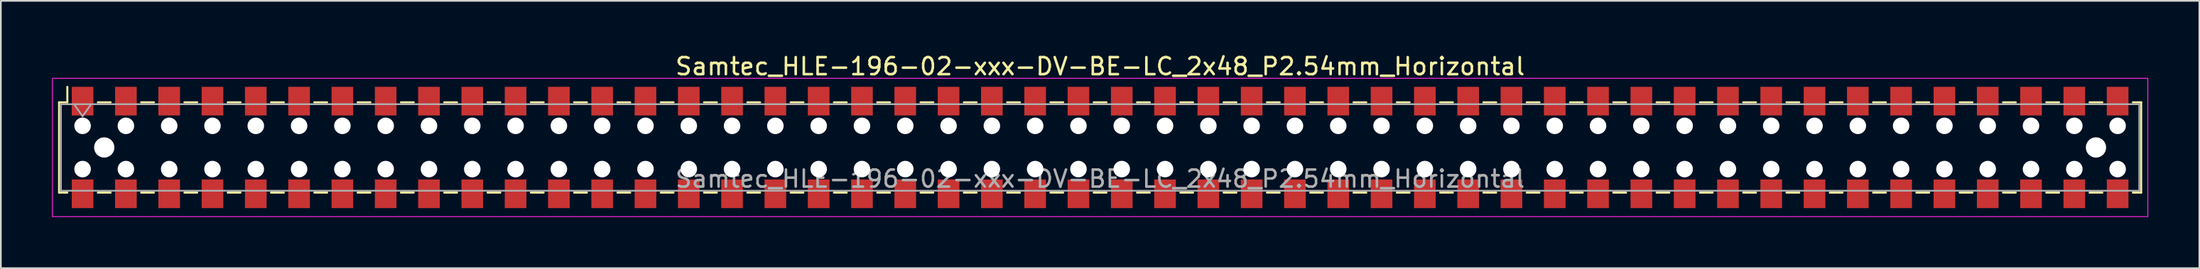
<source format=kicad_pcb>
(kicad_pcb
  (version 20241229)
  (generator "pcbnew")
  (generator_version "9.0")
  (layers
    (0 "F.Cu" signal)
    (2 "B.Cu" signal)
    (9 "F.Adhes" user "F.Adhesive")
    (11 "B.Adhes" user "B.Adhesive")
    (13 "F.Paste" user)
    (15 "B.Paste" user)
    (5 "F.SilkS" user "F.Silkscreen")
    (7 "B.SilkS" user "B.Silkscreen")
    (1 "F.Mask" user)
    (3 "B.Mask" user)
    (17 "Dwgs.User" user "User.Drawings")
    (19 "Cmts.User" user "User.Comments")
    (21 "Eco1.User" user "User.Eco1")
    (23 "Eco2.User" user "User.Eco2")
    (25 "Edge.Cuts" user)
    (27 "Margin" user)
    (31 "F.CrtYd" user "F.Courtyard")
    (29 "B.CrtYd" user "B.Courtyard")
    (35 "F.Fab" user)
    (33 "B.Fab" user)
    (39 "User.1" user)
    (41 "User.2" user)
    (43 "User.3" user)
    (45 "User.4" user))
  (footprint "Samtec_HLE-196-02-xxx-DV-BE-LC_2x48_P2.54mm_Horizontal"
    (layer "F.Cu")
    (at 61.485 5.608)
    (property "Reference" "Samtec_HLE-196-02-xxx-DV-BE-LC_2x48_P2.54mm_Horizontal" (at 0 -4.76 0) (layer "F.SilkS") (effects (font (size 1 1) (thickness 0.15))))
    (attr smd)
    (fp_line (start -61.07 -2.65) (end -61.07 2.65) (stroke (width 0.12) (type solid)) (layer "F.SilkS"))
    (fp_line (start -61.07 2.65) (end -60.585 2.65) (stroke (width 0.12) (type solid)) (layer "F.SilkS"))
    (fp_line (start -60.585 -3.56) (end -60.585 -2.65) (stroke (width 0.12) (type solid)) (layer "F.SilkS"))
    (fp_line (start -60.585 -2.65) (end -61.07 -2.65) (stroke (width 0.12) (type solid)) (layer "F.SilkS"))
    (fp_line (start -58.795 -2.65) (end -58.045 -2.65) (stroke (width 0.12) (type solid)) (layer "F.SilkS"))
    (fp_line (start -58.795 2.65) (end -58.045 2.65) (stroke (width 0.12) (type solid)) (layer "F.SilkS"))
    (fp_line (start -56.255 -2.65) (end -55.505 -2.65) (stroke (width 0.12) (type solid)) (layer "F.SilkS"))
    (fp_line (start -56.255 2.65) (end -55.505 2.65) (stroke (width 0.12) (type solid)) (layer "F.SilkS"))
    (fp_line (start -53.715 -2.65) (end -52.965 -2.65) (stroke (width 0.12) (type solid)) (layer "F.SilkS"))
    (fp_line (start -53.715 2.65) (end -52.965 2.65) (stroke (width 0.12) (type solid)) (layer "F.SilkS"))
    (fp_line (start -51.175 -2.65) (end -50.425 -2.65) (stroke (width 0.12) (type solid)) (layer "F.SilkS"))
    (fp_line (start -51.175 2.65) (end -50.425 2.65) (stroke (width 0.12) (type solid)) (layer "F.SilkS"))
    (fp_line (start -48.635 -2.65) (end -47.885 -2.65) (stroke (width 0.12) (type solid)) (layer "F.SilkS"))
    (fp_line (start -48.635 2.65) (end -47.885 2.65) (stroke (width 0.12) (type solid)) (layer "F.SilkS"))
    (fp_line (start -46.095 -2.65) (end -45.345 -2.65) (stroke (width 0.12) (type solid)) (layer "F.SilkS"))
    (fp_line (start -46.095 2.65) (end -45.345 2.65) (stroke (width 0.12) (type solid)) (layer "F.SilkS"))
    (fp_line (start -43.555 -2.65) (end -42.805 -2.65) (stroke (width 0.12) (type solid)) (layer "F.SilkS"))
    (fp_line (start -43.555 2.65) (end -42.805 2.65) (stroke (width 0.12) (type solid)) (layer "F.SilkS"))
    (fp_line (start -41.015 -2.65) (end -40.265 -2.65) (stroke (width 0.12) (type solid)) (layer "F.SilkS"))
    (fp_line (start -41.015 2.65) (end -40.265 2.65) (stroke (width 0.12) (type solid)) (layer "F.SilkS"))
    (fp_line (start -38.475 -2.65) (end -37.725 -2.65) (stroke (width 0.12) (type solid)) (layer "F.SilkS"))
    (fp_line (start -38.475 2.65) (end -37.725 2.65) (stroke (width 0.12) (type solid)) (layer "F.SilkS"))
    (fp_line (start -35.935 -2.65) (end -35.185 -2.65) (stroke (width 0.12) (type solid)) (layer "F.SilkS"))
    (fp_line (start -35.935 2.65) (end -35.185 2.65) (stroke (width 0.12) (type solid)) (layer "F.SilkS"))
    (fp_line (start -33.395 -2.65) (end -32.645 -2.65) (stroke (width 0.12) (type solid)) (layer "F.SilkS"))
    (fp_line (start -33.395 2.65) (end -32.645 2.65) (stroke (width 0.12) (type solid)) (layer "F.SilkS"))
    (fp_line (start -30.855 -2.65) (end -30.105 -2.65) (stroke (width 0.12) (type solid)) (layer "F.SilkS"))
    (fp_line (start -30.855 2.65) (end -30.105 2.65) (stroke (width 0.12) (type solid)) (layer "F.SilkS"))
    (fp_line (start -28.315 -2.65) (end -27.565 -2.65) (stroke (width 0.12) (type solid)) (layer "F.SilkS"))
    (fp_line (start -28.315 2.65) (end -27.565 2.65) (stroke (width 0.12) (type solid)) (layer "F.SilkS"))
    (fp_line (start -25.775 -2.65) (end -25.025 -2.65) (stroke (width 0.12) (type solid)) (layer "F.SilkS"))
    (fp_line (start -25.775 2.65) (end -25.025 2.65) (stroke (width 0.12) (type solid)) (layer "F.SilkS"))
    (fp_line (start -23.235 -2.65) (end -22.485 -2.65) (stroke (width 0.12) (type solid)) (layer "F.SilkS"))
    (fp_line (start -23.235 2.65) (end -22.485 2.65) (stroke (width 0.12) (type solid)) (layer "F.SilkS"))
    (fp_line (start -20.695 -2.65) (end -19.945 -2.65) (stroke (width 0.12) (type solid)) (layer "F.SilkS"))
    (fp_line (start -20.695 2.65) (end -19.945 2.65) (stroke (width 0.12) (type solid)) (layer "F.SilkS"))
    (fp_line (start -18.155 -2.65) (end -17.405 -2.65) (stroke (width 0.12) (type solid)) (layer "F.SilkS"))
    (fp_line (start -18.155 2.65) (end -17.405 2.65) (stroke (width 0.12) (type solid)) (layer "F.SilkS"))
    (fp_line (start -15.615 -2.65) (end -14.865 -2.65) (stroke (width 0.12) (type solid)) (layer "F.SilkS"))
    (fp_line (start -15.615 2.65) (end -14.865 2.65) (stroke (width 0.12) (type solid)) (layer "F.SilkS"))
    (fp_line (start -13.075 -2.65) (end -12.325 -2.65) (stroke (width 0.12) (type solid)) (layer "F.SilkS"))
    (fp_line (start -13.075 2.65) (end -12.325 2.65) (stroke (width 0.12) (type solid)) (layer "F.SilkS"))
    (fp_line (start -10.535 -2.65) (end -9.785 -2.65) (stroke (width 0.12) (type solid)) (layer "F.SilkS"))
    (fp_line (start -10.535 2.65) (end -9.785 2.65) (stroke (width 0.12) (type solid)) (layer "F.SilkS"))
    (fp_line (start -7.995 -2.65) (end -7.245 -2.65) (stroke (width 0.12) (type solid)) (layer "F.SilkS"))
    (fp_line (start -7.995 2.65) (end -7.245 2.65) (stroke (width 0.12) (type solid)) (layer "F.SilkS"))
    (fp_line (start -5.455 -2.65) (end -4.705 -2.65) (stroke (width 0.12) (type solid)) (layer "F.SilkS"))
    (fp_line (start -5.455 2.65) (end -4.705 2.65) (stroke (width 0.12) (type solid)) (layer "F.SilkS"))
    (fp_line (start -2.915 -2.65) (end -2.165 -2.65) (stroke (width 0.12) (type solid)) (layer "F.SilkS"))
    (fp_line (start -2.915 2.65) (end -2.165 2.65) (stroke (width 0.12) (type solid)) (layer "F.SilkS"))
    (fp_line (start -0.375 -2.65) (end 0.375 -2.65) (stroke (width 0.12) (type solid)) (layer "F.SilkS"))
    (fp_line (start -0.375 2.65) (end 0.375 2.65) (stroke (width 0.12) (type solid)) (layer "F.SilkS"))
    (fp_line (start 2.165 -2.65) (end 2.915 -2.65) (stroke (width 0.12) (type solid)) (layer "F.SilkS"))
    (fp_line (start 2.165 2.65) (end 2.915 2.65) (stroke (width 0.12) (type solid)) (layer "F.SilkS"))
    (fp_line (start 4.705 -2.65) (end 5.455 -2.65) (stroke (width 0.12) (type solid)) (layer "F.SilkS"))
    (fp_line (start 4.705 2.65) (end 5.455 2.65) (stroke (width 0.12) (type solid)) (layer "F.SilkS"))
    (fp_line (start 7.245 -2.65) (end 7.995 -2.65) (stroke (width 0.12) (type solid)) (layer "F.SilkS"))
    (fp_line (start 7.245 2.65) (end 7.995 2.65) (stroke (width 0.12) (type solid)) (layer "F.SilkS"))
    (fp_line (start 9.785 -2.65) (end 10.535 -2.65) (stroke (width 0.12) (type solid)) (layer "F.SilkS"))
    (fp_line (start 9.785 2.65) (end 10.535 2.65) (stroke (width 0.12) (type solid)) (layer "F.SilkS"))
    (fp_line (start 12.325 -2.65) (end 13.075 -2.65) (stroke (width 0.12) (type solid)) (layer "F.SilkS"))
    (fp_line (start 12.325 2.65) (end 13.075 2.65) (stroke (width 0.12) (type solid)) (layer "F.SilkS"))
    (fp_line (start 14.865 -2.65) (end 15.615 -2.65) (stroke (width 0.12) (type solid)) (layer "F.SilkS"))
    (fp_line (start 14.865 2.65) (end 15.615 2.65) (stroke (width 0.12) (type solid)) (layer "F.SilkS"))
    (fp_line (start 17.405 -2.65) (end 18.155 -2.65) (stroke (width 0.12) (type solid)) (layer "F.SilkS"))
    (fp_line (start 17.405 2.65) (end 18.155 2.65) (stroke (width 0.12) (type solid)) (layer "F.SilkS"))
    (fp_line (start 19.945 -2.65) (end 20.695 -2.65) (stroke (width 0.12) (type solid)) (layer "F.SilkS"))
    (fp_line (start 19.945 2.65) (end 20.695 2.65) (stroke (width 0.12) (type solid)) (layer "F.SilkS"))
    (fp_line (start 22.485 -2.65) (end 23.235 -2.65) (stroke (width 0.12) (type solid)) (layer "F.SilkS"))
    (fp_line (start 22.485 2.65) (end 23.235 2.65) (stroke (width 0.12) (type solid)) (layer "F.SilkS"))
    (fp_line (start 25.025 -2.65) (end 25.775 -2.65) (stroke (width 0.12) (type solid)) (layer "F.SilkS"))
    (fp_line (start 25.025 2.65) (end 25.775 2.65) (stroke (width 0.12) (type solid)) (layer "F.SilkS"))
    (fp_line (start 27.565 -2.65) (end 28.315 -2.65) (stroke (width 0.12) (type solid)) (layer "F.SilkS"))
    (fp_line (start 27.565 2.65) (end 28.315 2.65) (stroke (width 0.12) (type solid)) (layer "F.SilkS"))
    (fp_line (start 30.105 -2.65) (end 30.855 -2.65) (stroke (width 0.12) (type solid)) (layer "F.SilkS"))
    (fp_line (start 30.105 2.65) (end 30.855 2.65) (stroke (width 0.12) (type solid)) (layer "F.SilkS"))
    (fp_line (start 32.645 -2.65) (end 33.395 -2.65) (stroke (width 0.12) (type solid)) (layer "F.SilkS"))
    (fp_line (start 32.645 2.65) (end 33.395 2.65) (stroke (width 0.12) (type solid)) (layer "F.SilkS"))
    (fp_line (start 35.185 -2.65) (end 35.935 -2.65) (stroke (width 0.12) (type solid)) (layer "F.SilkS"))
    (fp_line (start 35.185 2.65) (end 35.935 2.65) (stroke (width 0.12) (type solid)) (layer "F.SilkS"))
    (fp_line (start 37.725 -2.65) (end 38.475 -2.65) (stroke (width 0.12) (type solid)) (layer "F.SilkS"))
    (fp_line (start 37.725 2.65) (end 38.475 2.65) (stroke (width 0.12) (type solid)) (layer "F.SilkS"))
    (fp_line (start 40.265 -2.65) (end 41.015 -2.65) (stroke (width 0.12) (type solid)) (layer "F.SilkS"))
    (fp_line (start 40.265 2.65) (end 41.015 2.65) (stroke (width 0.12) (type solid)) (layer "F.SilkS"))
    (fp_line (start 42.805 -2.65) (end 43.555 -2.65) (stroke (width 0.12) (type solid)) (layer "F.SilkS"))
    (fp_line (start 42.805 2.65) (end 43.555 2.65) (stroke (width 0.12) (type solid)) (layer "F.SilkS"))
    (fp_line (start 45.345 -2.65) (end 46.095 -2.65) (stroke (width 0.12) (type solid)) (layer "F.SilkS"))
    (fp_line (start 45.345 2.65) (end 46.095 2.65) (stroke (width 0.12) (type solid)) (layer "F.SilkS"))
    (fp_line (start 47.885 -2.65) (end 48.635 -2.65) (stroke (width 0.12) (type solid)) (layer "F.SilkS"))
    (fp_line (start 47.885 2.65) (end 48.635 2.65) (stroke (width 0.12) (type solid)) (layer "F.SilkS"))
    (fp_line (start 50.425 -2.65) (end 51.175 -2.65) (stroke (width 0.12) (type solid)) (layer "F.SilkS"))
    (fp_line (start 50.425 2.65) (end 51.175 2.65) (stroke (width 0.12) (type solid)) (layer "F.SilkS"))
    (fp_line (start 52.965 -2.65) (end 53.715 -2.65) (stroke (width 0.12) (type solid)) (layer "F.SilkS"))
    (fp_line (start 52.965 2.65) (end 53.715 2.65) (stroke (width 0.12) (type solid)) (layer "F.SilkS"))
    (fp_line (start 55.505 -2.65) (end 56.255 -2.65) (stroke (width 0.12) (type solid)) (layer "F.SilkS"))
    (fp_line (start 55.505 2.65) (end 56.255 2.65) (stroke (width 0.12) (type solid)) (layer "F.SilkS"))
    (fp_line (start 58.045 -2.65) (end 58.795 -2.65) (stroke (width 0.12) (type solid)) (layer "F.SilkS"))
    (fp_line (start 58.045 2.65) (end 58.795 2.65) (stroke (width 0.12) (type solid)) (layer "F.SilkS"))
    (fp_line (start 60.585 -2.65) (end 61.07 -2.65) (stroke (width 0.12) (type solid)) (layer "F.SilkS"))
    (fp_line (start 61.07 -2.65) (end 61.07 2.65) (stroke (width 0.12) (type solid)) (layer "F.SilkS"))
    (fp_line (start 61.07 2.65) (end 60.585 2.65) (stroke (width 0.12) (type solid)) (layer "F.SilkS"))
    (fp_line (start -61.46 -4.06) (end 61.46 -4.06) (stroke (width 0.05) (type solid)) (layer "F.CrtYd"))
    (fp_line (start -61.46 4.06) (end -61.46 -4.06) (stroke (width 0.05) (type solid)) (layer "F.CrtYd"))
    (fp_line (start 61.46 -4.06) (end 61.46 4.06) (stroke (width 0.05) (type solid)) (layer "F.CrtYd"))
    (fp_line (start 61.46 4.06) (end -61.46 4.06) (stroke (width 0.05) (type solid)) (layer "F.CrtYd"))
    (fp_line (start -60.96 -2.54) (end 60.96 -2.54) (stroke (width 0.1) (type solid)) (layer "F.Fab"))
    (fp_line (start -60.96 2.54) (end -60.96 -2.54) (stroke (width 0.1) (type solid)) (layer "F.Fab"))
    (fp_line (start -60.19 -2.54) (end -59.69 -1.833) (stroke (width 0.1) (type solid)) (layer "F.Fab"))
    (fp_line (start -59.69 -1.833) (end -59.19 -2.54) (stroke (width 0.1) (type solid)) (layer "F.Fab"))
    (fp_line (start 60.96 -2.54) (end 60.96 2.54) (stroke (width 0.1) (type solid)) (layer "F.Fab"))
    (fp_line (start 60.96 2.54) (end -60.96 2.54) (stroke (width 0.1) (type solid)) (layer "F.Fab"))
    (fp_text user "${REFERENCE}" (at 0 1.84 0) (layer "F.Fab") (effects (font (size 1 1) (thickness 0.15))))
    (pad "" np_thru_hole circle (at -59.69 -1.27) (size 0.97 0.97) (drill 0.97) (layers "*.Cu" "*.Mask"))
    (pad "" np_thru_hole circle (at -59.69 1.27) (size 0.97 0.97) (drill 0.97) (layers "*.Cu" "*.Mask"))
    (pad "" np_thru_hole circle (at -58.42 0) (size 1.19 1.19) (drill 1.19) (layers "*.Cu" "*.Mask"))
    (pad "" np_thru_hole circle (at -57.15 -1.27) (size 0.97 0.97) (drill 0.97) (layers "*.Cu" "*.Mask"))
    (pad "" np_thru_hole circle (at -57.15 1.27) (size 0.97 0.97) (drill 0.97) (layers "*.Cu" "*.Mask"))
    (pad "" np_thru_hole circle (at -54.61 -1.27) (size 0.97 0.97) (drill 0.97) (layers "*.Cu" "*.Mask"))
    (pad "" np_thru_hole circle (at -54.61 1.27) (size 0.97 0.97) (drill 0.97) (layers "*.Cu" "*.Mask"))
    (pad "" np_thru_hole circle (at -52.07 -1.27) (size 0.97 0.97) (drill 0.97) (layers "*.Cu" "*.Mask"))
    (pad "" np_thru_hole circle (at -52.07 1.27) (size 0.97 0.97) (drill 0.97) (layers "*.Cu" "*.Mask"))
    (pad "" np_thru_hole circle (at -49.53 -1.27) (size 0.97 0.97) (drill 0.97) (layers "*.Cu" "*.Mask"))
    (pad "" np_thru_hole circle (at -49.53 1.27) (size 0.97 0.97) (drill 0.97) (layers "*.Cu" "*.Mask"))
    (pad "" np_thru_hole circle (at -46.99 -1.27) (size 0.97 0.97) (drill 0.97) (layers "*.Cu" "*.Mask"))
    (pad "" np_thru_hole circle (at -46.99 1.27) (size 0.97 0.97) (drill 0.97) (layers "*.Cu" "*.Mask"))
    (pad "" np_thru_hole circle (at -44.45 -1.27) (size 0.97 0.97) (drill 0.97) (layers "*.Cu" "*.Mask"))
    (pad "" np_thru_hole circle (at -44.45 1.27) (size 0.97 0.97) (drill 0.97) (layers "*.Cu" "*.Mask"))
    (pad "" np_thru_hole circle (at -41.91 -1.27) (size 0.97 0.97) (drill 0.97) (layers "*.Cu" "*.Mask"))
    (pad "" np_thru_hole circle (at -41.91 1.27) (size 0.97 0.97) (drill 0.97) (layers "*.Cu" "*.Mask"))
    (pad "" np_thru_hole circle (at -39.37 -1.27) (size 0.97 0.97) (drill 0.97) (layers "*.Cu" "*.Mask"))
    (pad "" np_thru_hole circle (at -39.37 1.27) (size 0.97 0.97) (drill 0.97) (layers "*.Cu" "*.Mask"))
    (pad "" np_thru_hole circle (at -36.83 -1.27) (size 0.97 0.97) (drill 0.97) (layers "*.Cu" "*.Mask"))
    (pad "" np_thru_hole circle (at -36.83 1.27) (size 0.97 0.97) (drill 0.97) (layers "*.Cu" "*.Mask"))
    (pad "" np_thru_hole circle (at -34.29 -1.27) (size 0.97 0.97) (drill 0.97) (layers "*.Cu" "*.Mask"))
    (pad "" np_thru_hole circle (at -34.29 1.27) (size 0.97 0.97) (drill 0.97) (layers "*.Cu" "*.Mask"))
    (pad "" np_thru_hole circle (at -31.75 -1.27) (size 0.97 0.97) (drill 0.97) (layers "*.Cu" "*.Mask"))
    (pad "" np_thru_hole circle (at -31.75 1.27) (size 0.97 0.97) (drill 0.97) (layers "*.Cu" "*.Mask"))
    (pad "" np_thru_hole circle (at -29.21 -1.27) (size 0.97 0.97) (drill 0.97) (layers "*.Cu" "*.Mask"))
    (pad "" np_thru_hole circle (at -29.21 1.27) (size 0.97 0.97) (drill 0.97) (layers "*.Cu" "*.Mask"))
    (pad "" np_thru_hole circle (at -26.67 -1.27) (size 0.97 0.97) (drill 0.97) (layers "*.Cu" "*.Mask"))
    (pad "" np_thru_hole circle (at -26.67 1.27) (size 0.97 0.97) (drill 0.97) (layers "*.Cu" "*.Mask"))
    (pad "" np_thru_hole circle (at -24.13 -1.27) (size 0.97 0.97) (drill 0.97) (layers "*.Cu" "*.Mask"))
    (pad "" np_thru_hole circle (at -24.13 1.27) (size 0.97 0.97) (drill 0.97) (layers "*.Cu" "*.Mask"))
    (pad "" np_thru_hole circle (at -21.59 -1.27) (size 0.97 0.97) (drill 0.97) (layers "*.Cu" "*.Mask"))
    (pad "" np_thru_hole circle (at -21.59 1.27) (size 0.97 0.97) (drill 0.97) (layers "*.Cu" "*.Mask"))
    (pad "" np_thru_hole circle (at -19.05 -1.27) (size 0.97 0.97) (drill 0.97) (layers "*.Cu" "*.Mask"))
    (pad "" np_thru_hole circle (at -19.05 1.27) (size 0.97 0.97) (drill 0.97) (layers "*.Cu" "*.Mask"))
    (pad "" np_thru_hole circle (at -16.51 -1.27) (size 0.97 0.97) (drill 0.97) (layers "*.Cu" "*.Mask"))
    (pad "" np_thru_hole circle (at -16.51 1.27) (size 0.97 0.97) (drill 0.97) (layers "*.Cu" "*.Mask"))
    (pad "" np_thru_hole circle (at -13.97 -1.27) (size 0.97 0.97) (drill 0.97) (layers "*.Cu" "*.Mask"))
    (pad "" np_thru_hole circle (at -13.97 1.27) (size 0.97 0.97) (drill 0.97) (layers "*.Cu" "*.Mask"))
    (pad "" np_thru_hole circle (at -11.43 -1.27) (size 0.97 0.97) (drill 0.97) (layers "*.Cu" "*.Mask"))
    (pad "" np_thru_hole circle (at -11.43 1.27) (size 0.97 0.97) (drill 0.97) (layers "*.Cu" "*.Mask"))
    (pad "" np_thru_hole circle (at -8.89 -1.27) (size 0.97 0.97) (drill 0.97) (layers "*.Cu" "*.Mask"))
    (pad "" np_thru_hole circle (at -8.89 1.27) (size 0.97 0.97) (drill 0.97) (layers "*.Cu" "*.Mask"))
    (pad "" np_thru_hole circle (at -6.35 -1.27) (size 0.97 0.97) (drill 0.97) (layers "*.Cu" "*.Mask"))
    (pad "" np_thru_hole circle (at -6.35 1.27) (size 0.97 0.97) (drill 0.97) (layers "*.Cu" "*.Mask"))
    (pad "" np_thru_hole circle (at -3.81 -1.27) (size 0.97 0.97) (drill 0.97) (layers "*.Cu" "*.Mask"))
    (pad "" np_thru_hole circle (at -3.81 1.27) (size 0.97 0.97) (drill 0.97) (layers "*.Cu" "*.Mask"))
    (pad "" np_thru_hole circle (at -1.27 -1.27) (size 0.97 0.97) (drill 0.97) (layers "*.Cu" "*.Mask"))
    (pad "" np_thru_hole circle (at -1.27 1.27) (size 0.97 0.97) (drill 0.97) (layers "*.Cu" "*.Mask"))
    (pad "" np_thru_hole circle (at 1.27 -1.27) (size 0.97 0.97) (drill 0.97) (layers "*.Cu" "*.Mask"))
    (pad "" np_thru_hole circle (at 1.27 1.27) (size 0.97 0.97) (drill 0.97) (layers "*.Cu" "*.Mask"))
    (pad "" np_thru_hole circle (at 3.81 -1.27) (size 0.97 0.97) (drill 0.97) (layers "*.Cu" "*.Mask"))
    (pad "" np_thru_hole circle (at 3.81 1.27) (size 0.97 0.97) (drill 0.97) (layers "*.Cu" "*.Mask"))
    (pad "" np_thru_hole circle (at 6.35 -1.27) (size 0.97 0.97) (drill 0.97) (layers "*.Cu" "*.Mask"))
    (pad "" np_thru_hole circle (at 6.35 1.27) (size 0.97 0.97) (drill 0.97) (layers "*.Cu" "*.Mask"))
    (pad "" np_thru_hole circle (at 8.89 -1.27) (size 0.97 0.97) (drill 0.97) (layers "*.Cu" "*.Mask"))
    (pad "" np_thru_hole circle (at 8.89 1.27) (size 0.97 0.97) (drill 0.97) (layers "*.Cu" "*.Mask"))
    (pad "" np_thru_hole circle (at 11.43 -1.27) (size 0.97 0.97) (drill 0.97) (layers "*.Cu" "*.Mask"))
    (pad "" np_thru_hole circle (at 11.43 1.27) (size 0.97 0.97) (drill 0.97) (layers "*.Cu" "*.Mask"))
    (pad "" np_thru_hole circle (at 13.97 -1.27) (size 0.97 0.97) (drill 0.97) (layers "*.Cu" "*.Mask"))
    (pad "" np_thru_hole circle (at 13.97 1.27) (size 0.97 0.97) (drill 0.97) (layers "*.Cu" "*.Mask"))
    (pad "" np_thru_hole circle (at 16.51 -1.27) (size 0.97 0.97) (drill 0.97) (layers "*.Cu" "*.Mask"))
    (pad "" np_thru_hole circle (at 16.51 1.27) (size 0.97 0.97) (drill 0.97) (layers "*.Cu" "*.Mask"))
    (pad "" np_thru_hole circle (at 19.05 -1.27) (size 0.97 0.97) (drill 0.97) (layers "*.Cu" "*.Mask"))
    (pad "" np_thru_hole circle (at 19.05 1.27) (size 0.97 0.97) (drill 0.97) (layers "*.Cu" "*.Mask"))
    (pad "" np_thru_hole circle (at 21.59 -1.27) (size 0.97 0.97) (drill 0.97) (layers "*.Cu" "*.Mask"))
    (pad "" np_thru_hole circle (at 21.59 1.27) (size 0.97 0.97) (drill 0.97) (layers "*.Cu" "*.Mask"))
    (pad "" np_thru_hole circle (at 24.13 -1.27) (size 0.97 0.97) (drill 0.97) (layers "*.Cu" "*.Mask"))
    (pad "" np_thru_hole circle (at 24.13 1.27) (size 0.97 0.97) (drill 0.97) (layers "*.Cu" "*.Mask"))
    (pad "" np_thru_hole circle (at 26.67 -1.27) (size 0.97 0.97) (drill 0.97) (layers "*.Cu" "*.Mask"))
    (pad "" np_thru_hole circle (at 26.67 1.27) (size 0.97 0.97) (drill 0.97) (layers "*.Cu" "*.Mask"))
    (pad "" np_thru_hole circle (at 29.21 -1.27) (size 0.97 0.97) (drill 0.97) (layers "*.Cu" "*.Mask"))
    (pad "" np_thru_hole circle (at 29.21 1.27) (size 0.97 0.97) (drill 0.97) (layers "*.Cu" "*.Mask"))
    (pad "" np_thru_hole circle (at 31.75 -1.27) (size 0.97 0.97) (drill 0.97) (layers "*.Cu" "*.Mask"))
    (pad "" np_thru_hole circle (at 31.75 1.27) (size 0.97 0.97) (drill 0.97) (layers "*.Cu" "*.Mask"))
    (pad "" np_thru_hole circle (at 34.29 -1.27) (size 0.97 0.97) (drill 0.97) (layers "*.Cu" "*.Mask"))
    (pad "" np_thru_hole circle (at 34.29 1.27) (size 0.97 0.97) (drill 0.97) (layers "*.Cu" "*.Mask"))
    (pad "" np_thru_hole circle (at 36.83 -1.27) (size 0.97 0.97) (drill 0.97) (layers "*.Cu" "*.Mask"))
    (pad "" np_thru_hole circle (at 36.83 1.27) (size 0.97 0.97) (drill 0.97) (layers "*.Cu" "*.Mask"))
    (pad "" np_thru_hole circle (at 39.37 -1.27) (size 0.97 0.97) (drill 0.97) (layers "*.Cu" "*.Mask"))
    (pad "" np_thru_hole circle (at 39.37 1.27) (size 0.97 0.97) (drill 0.97) (layers "*.Cu" "*.Mask"))
    (pad "" np_thru_hole circle (at 41.91 -1.27) (size 0.97 0.97) (drill 0.97) (layers "*.Cu" "*.Mask"))
    (pad "" np_thru_hole circle (at 41.91 1.27) (size 0.97 0.97) (drill 0.97) (layers "*.Cu" "*.Mask"))
    (pad "" np_thru_hole circle (at 44.45 -1.27) (size 0.97 0.97) (drill 0.97) (layers "*.Cu" "*.Mask"))
    (pad "" np_thru_hole circle (at 44.45 1.27) (size 0.97 0.97) (drill 0.97) (layers "*.Cu" "*.Mask"))
    (pad "" np_thru_hole circle (at 46.99 -1.27) (size 0.97 0.97) (drill 0.97) (layers "*.Cu" "*.Mask"))
    (pad "" np_thru_hole circle (at 46.99 1.27) (size 0.97 0.97) (drill 0.97) (layers "*.Cu" "*.Mask"))
    (pad "" np_thru_hole circle (at 49.53 -1.27) (size 0.97 0.97) (drill 0.97) (layers "*.Cu" "*.Mask"))
    (pad "" np_thru_hole circle (at 49.53 1.27) (size 0.97 0.97) (drill 0.97) (layers "*.Cu" "*.Mask"))
    (pad "" np_thru_hole circle (at 52.07 -1.27) (size 0.97 0.97) (drill 0.97) (layers "*.Cu" "*.Mask"))
    (pad "" np_thru_hole circle (at 52.07 1.27) (size 0.97 0.97) (drill 0.97) (layers "*.Cu" "*.Mask"))
    (pad "" np_thru_hole circle (at 54.61 -1.27) (size 0.97 0.97) (drill 0.97) (layers "*.Cu" "*.Mask"))
    (pad "" np_thru_hole circle (at 54.61 1.27) (size 0.97 0.97) (drill 0.97) (layers "*.Cu" "*.Mask"))
    (pad "" np_thru_hole circle (at 57.15 -1.27) (size 0.97 0.97) (drill 0.97) (layers "*.Cu" "*.Mask"))
    (pad "" np_thru_hole circle (at 57.15 1.27) (size 0.97 0.97) (drill 0.97) (layers "*.Cu" "*.Mask"))
    (pad "" np_thru_hole circle (at 58.42 0) (size 1.19 1.19) (drill 1.19) (layers "*.Cu" "*.Mask"))
    (pad "" np_thru_hole circle (at 59.69 -1.27) (size 0.97 0.97) (drill 0.97) (layers "*.Cu" "*.Mask"))
    (pad "" np_thru_hole circle (at 59.69 1.27) (size 0.97 0.97) (drill 0.97) (layers "*.Cu" "*.Mask"))
    (pad "1" smd rect (at -59.69 -2.72) (size 1.27 1.68) (layers "F.Cu" "F.Mask" "F.Paste"))
    (pad "2" smd rect (at -59.69 2.72) (size 1.27 1.68) (layers "F.Cu" "F.Mask" "F.Paste"))
    (pad "3" smd rect (at -57.15 -2.72) (size 1.27 1.68) (layers "F.Cu" "F.Mask" "F.Paste"))
    (pad "4" smd rect (at -57.15 2.72) (size 1.27 1.68) (layers "F.Cu" "F.Mask" "F.Paste"))
    (pad "5" smd rect (at -54.61 -2.72) (size 1.27 1.68) (layers "F.Cu" "F.Mask" "F.Paste"))
    (pad "6" smd rect (at -54.61 2.72) (size 1.27 1.68) (layers "F.Cu" "F.Mask" "F.Paste"))
    (pad "7" smd rect (at -52.07 -2.72) (size 1.27 1.68) (layers "F.Cu" "F.Mask" "F.Paste"))
    (pad "8" smd rect (at -52.07 2.72) (size 1.27 1.68) (layers "F.Cu" "F.Mask" "F.Paste"))
    (pad "9" smd rect (at -49.53 -2.72) (size 1.27 1.68) (layers "F.Cu" "F.Mask" "F.Paste"))
    (pad "10" smd rect (at -49.53 2.72) (size 1.27 1.68) (layers "F.Cu" "F.Mask" "F.Paste"))
    (pad "11" smd rect (at -46.99 -2.72) (size 1.27 1.68) (layers "F.Cu" "F.Mask" "F.Paste"))
    (pad "12" smd rect (at -46.99 2.72) (size 1.27 1.68) (layers "F.Cu" "F.Mask" "F.Paste"))
    (pad "13" smd rect (at -44.45 -2.72) (size 1.27 1.68) (layers "F.Cu" "F.Mask" "F.Paste"))
    (pad "14" smd rect (at -44.45 2.72) (size 1.27 1.68) (layers "F.Cu" "F.Mask" "F.Paste"))
    (pad "15" smd rect (at -41.91 -2.72) (size 1.27 1.68) (layers "F.Cu" "F.Mask" "F.Paste"))
    (pad "16" smd rect (at -41.91 2.72) (size 1.27 1.68) (layers "F.Cu" "F.Mask" "F.Paste"))
    (pad "17" smd rect (at -39.37 -2.72) (size 1.27 1.68) (layers "F.Cu" "F.Mask" "F.Paste"))
    (pad "18" smd rect (at -39.37 2.72) (size 1.27 1.68) (layers "F.Cu" "F.Mask" "F.Paste"))
    (pad "19" smd rect (at -36.83 -2.72) (size 1.27 1.68) (layers "F.Cu" "F.Mask" "F.Paste"))
    (pad "20" smd rect (at -36.83 2.72) (size 1.27 1.68) (layers "F.Cu" "F.Mask" "F.Paste"))
    (pad "21" smd rect (at -34.29 -2.72) (size 1.27 1.68) (layers "F.Cu" "F.Mask" "F.Paste"))
    (pad "22" smd rect (at -34.29 2.72) (size 1.27 1.68) (layers "F.Cu" "F.Mask" "F.Paste"))
    (pad "23" smd rect (at -31.75 -2.72) (size 1.27 1.68) (layers "F.Cu" "F.Mask" "F.Paste"))
    (pad "24" smd rect (at -31.75 2.72) (size 1.27 1.68) (layers "F.Cu" "F.Mask" "F.Paste"))
    (pad "25" smd rect (at -29.21 -2.72) (size 1.27 1.68) (layers "F.Cu" "F.Mask" "F.Paste"))
    (pad "26" smd rect (at -29.21 2.72) (size 1.27 1.68) (layers "F.Cu" "F.Mask" "F.Paste"))
    (pad "27" smd rect (at -26.67 -2.72) (size 1.27 1.68) (layers "F.Cu" "F.Mask" "F.Paste"))
    (pad "28" smd rect (at -26.67 2.72) (size 1.27 1.68) (layers "F.Cu" "F.Mask" "F.Paste"))
    (pad "29" smd rect (at -24.13 -2.72) (size 1.27 1.68) (layers "F.Cu" "F.Mask" "F.Paste"))
    (pad "30" smd rect (at -24.13 2.72) (size 1.27 1.68) (layers "F.Cu" "F.Mask" "F.Paste"))
    (pad "31" smd rect (at -21.59 -2.72) (size 1.27 1.68) (layers "F.Cu" "F.Mask" "F.Paste"))
    (pad "32" smd rect (at -21.59 2.72) (size 1.27 1.68) (layers "F.Cu" "F.Mask" "F.Paste"))
    (pad "33" smd rect (at -19.05 -2.72) (size 1.27 1.68) (layers "F.Cu" "F.Mask" "F.Paste"))
    (pad "34" smd rect (at -19.05 2.72) (size 1.27 1.68) (layers "F.Cu" "F.Mask" "F.Paste"))
    (pad "35" smd rect (at -16.51 -2.72) (size 1.27 1.68) (layers "F.Cu" "F.Mask" "F.Paste"))
    (pad "36" smd rect (at -16.51 2.72) (size 1.27 1.68) (layers "F.Cu" "F.Mask" "F.Paste"))
    (pad "37" smd rect (at -13.97 -2.72) (size 1.27 1.68) (layers "F.Cu" "F.Mask" "F.Paste"))
    (pad "38" smd rect (at -13.97 2.72) (size 1.27 1.68) (layers "F.Cu" "F.Mask" "F.Paste"))
    (pad "39" smd rect (at -11.43 -2.72) (size 1.27 1.68) (layers "F.Cu" "F.Mask" "F.Paste"))
    (pad "40" smd rect (at -11.43 2.72) (size 1.27 1.68) (layers "F.Cu" "F.Mask" "F.Paste"))
    (pad "41" smd rect (at -8.89 -2.72) (size 1.27 1.68) (layers "F.Cu" "F.Mask" "F.Paste"))
    (pad "42" smd rect (at -8.89 2.72) (size 1.27 1.68) (layers "F.Cu" "F.Mask" "F.Paste"))
    (pad "43" smd rect (at -6.35 -2.72) (size 1.27 1.68) (layers "F.Cu" "F.Mask" "F.Paste"))
    (pad "44" smd rect (at -6.35 2.72) (size 1.27 1.68) (layers "F.Cu" "F.Mask" "F.Paste"))
    (pad "45" smd rect (at -3.81 -2.72) (size 1.27 1.68) (layers "F.Cu" "F.Mask" "F.Paste"))
    (pad "46" smd rect (at -3.81 2.72) (size 1.27 1.68) (layers "F.Cu" "F.Mask" "F.Paste"))
    (pad "47" smd rect (at -1.27 -2.72) (size 1.27 1.68) (layers "F.Cu" "F.Mask" "F.Paste"))
    (pad "48" smd rect (at -1.27 2.72) (size 1.27 1.68) (layers "F.Cu" "F.Mask" "F.Paste"))
    (pad "49" smd rect (at 1.27 -2.72) (size 1.27 1.68) (layers "F.Cu" "F.Mask" "F.Paste"))
    (pad "50" smd rect (at 1.27 2.72) (size 1.27 1.68) (layers "F.Cu" "F.Mask" "F.Paste"))
    (pad "51" smd rect (at 3.81 -2.72) (size 1.27 1.68) (layers "F.Cu" "F.Mask" "F.Paste"))
    (pad "52" smd rect (at 3.81 2.72) (size 1.27 1.68) (layers "F.Cu" "F.Mask" "F.Paste"))
    (pad "53" smd rect (at 6.35 -2.72) (size 1.27 1.68) (layers "F.Cu" "F.Mask" "F.Paste"))
    (pad "54" smd rect (at 6.35 2.72) (size 1.27 1.68) (layers "F.Cu" "F.Mask" "F.Paste"))
    (pad "55" smd rect (at 8.89 -2.72) (size 1.27 1.68) (layers "F.Cu" "F.Mask" "F.Paste"))
    (pad "56" smd rect (at 8.89 2.72) (size 1.27 1.68) (layers "F.Cu" "F.Mask" "F.Paste"))
    (pad "57" smd rect (at 11.43 -2.72) (size 1.27 1.68) (layers "F.Cu" "F.Mask" "F.Paste"))
    (pad "58" smd rect (at 11.43 2.72) (size 1.27 1.68) (layers "F.Cu" "F.Mask" "F.Paste"))
    (pad "59" smd rect (at 13.97 -2.72) (size 1.27 1.68) (layers "F.Cu" "F.Mask" "F.Paste"))
    (pad "60" smd rect (at 13.97 2.72) (size 1.27 1.68) (layers "F.Cu" "F.Mask" "F.Paste"))
    (pad "61" smd rect (at 16.51 -2.72) (size 1.27 1.68) (layers "F.Cu" "F.Mask" "F.Paste"))
    (pad "62" smd rect (at 16.51 2.72) (size 1.27 1.68) (layers "F.Cu" "F.Mask" "F.Paste"))
    (pad "63" smd rect (at 19.05 -2.72) (size 1.27 1.68) (layers "F.Cu" "F.Mask" "F.Paste"))
    (pad "64" smd rect (at 19.05 2.72) (size 1.27 1.68) (layers "F.Cu" "F.Mask" "F.Paste"))
    (pad "65" smd rect (at 21.59 -2.72) (size 1.27 1.68) (layers "F.Cu" "F.Mask" "F.Paste"))
    (pad "66" smd rect (at 21.59 2.72) (size 1.27 1.68) (layers "F.Cu" "F.Mask" "F.Paste"))
    (pad "67" smd rect (at 24.13 -2.72) (size 1.27 1.68) (layers "F.Cu" "F.Mask" "F.Paste"))
    (pad "68" smd rect (at 24.13 2.72) (size 1.27 1.68) (layers "F.Cu" "F.Mask" "F.Paste"))
    (pad "69" smd rect (at 26.67 -2.72) (size 1.27 1.68) (layers "F.Cu" "F.Mask" "F.Paste"))
    (pad "70" smd rect (at 26.67 2.72) (size 1.27 1.68) (layers "F.Cu" "F.Mask" "F.Paste"))
    (pad "71" smd rect (at 29.21 -2.72) (size 1.27 1.68) (layers "F.Cu" "F.Mask" "F.Paste"))
    (pad "72" smd rect (at 29.21 2.72) (size 1.27 1.68) (layers "F.Cu" "F.Mask" "F.Paste"))
    (pad "73" smd rect (at 31.75 -2.72) (size 1.27 1.68) (layers "F.Cu" "F.Mask" "F.Paste"))
    (pad "74" smd rect (at 31.75 2.72) (size 1.27 1.68) (layers "F.Cu" "F.Mask" "F.Paste"))
    (pad "75" smd rect (at 34.29 -2.72) (size 1.27 1.68) (layers "F.Cu" "F.Mask" "F.Paste"))
    (pad "76" smd rect (at 34.29 2.72) (size 1.27 1.68) (layers "F.Cu" "F.Mask" "F.Paste"))
    (pad "77" smd rect (at 36.83 -2.72) (size 1.27 1.68) (layers "F.Cu" "F.Mask" "F.Paste"))
    (pad "78" smd rect (at 36.83 2.72) (size 1.27 1.68) (layers "F.Cu" "F.Mask" "F.Paste"))
    (pad "79" smd rect (at 39.37 -2.72) (size 1.27 1.68) (layers "F.Cu" "F.Mask" "F.Paste"))
    (pad "80" smd rect (at 39.37 2.72) (size 1.27 1.68) (layers "F.Cu" "F.Mask" "F.Paste"))
    (pad "81" smd rect (at 41.91 -2.72) (size 1.27 1.68) (layers "F.Cu" "F.Mask" "F.Paste"))
    (pad "82" smd rect (at 41.91 2.72) (size 1.27 1.68) (layers "F.Cu" "F.Mask" "F.Paste"))
    (pad "83" smd rect (at 44.45 -2.72) (size 1.27 1.68) (layers "F.Cu" "F.Mask" "F.Paste"))
    (pad "84" smd rect (at 44.45 2.72) (size 1.27 1.68) (layers "F.Cu" "F.Mask" "F.Paste"))
    (pad "85" smd rect (at 46.99 -2.72) (size 1.27 1.68) (layers "F.Cu" "F.Mask" "F.Paste"))
    (pad "86" smd rect (at 46.99 2.72) (size 1.27 1.68) (layers "F.Cu" "F.Mask" "F.Paste"))
    (pad "87" smd rect (at 49.53 -2.72) (size 1.27 1.68) (layers "F.Cu" "F.Mask" "F.Paste"))
    (pad "88" smd rect (at 49.53 2.72) (size 1.27 1.68) (layers "F.Cu" "F.Mask" "F.Paste"))
    (pad "89" smd rect (at 52.07 -2.72) (size 1.27 1.68) (layers "F.Cu" "F.Mask" "F.Paste"))
    (pad "90" smd rect (at 52.07 2.72) (size 1.27 1.68) (layers "F.Cu" "F.Mask" "F.Paste"))
    (pad "91" smd rect (at 54.61 -2.72) (size 1.27 1.68) (layers "F.Cu" "F.Mask" "F.Paste"))
    (pad "92" smd rect (at 54.61 2.72) (size 1.27 1.68) (layers "F.Cu" "F.Mask" "F.Paste"))
    (pad "93" smd rect (at 57.15 -2.72) (size 1.27 1.68) (layers "F.Cu" "F.Mask" "F.Paste"))
    (pad "94" smd rect (at 57.15 2.72) (size 1.27 1.68) (layers "F.Cu" "F.Mask" "F.Paste"))
    (pad "95" smd rect (at 59.69 -2.72) (size 1.27 1.68) (layers "F.Cu" "F.Mask" "F.Paste"))
    (pad "96" smd rect (at 59.69 2.72) (size 1.27 1.68) (layers "F.Cu" "F.Mask" "F.Paste")))
  (gr_rect
    (start -3 -3)
    (end 125.97 12.693)
    (stroke (width 0.1) (type default))
    (fill no)
    (layer "Edge.Cuts")))
</source>
